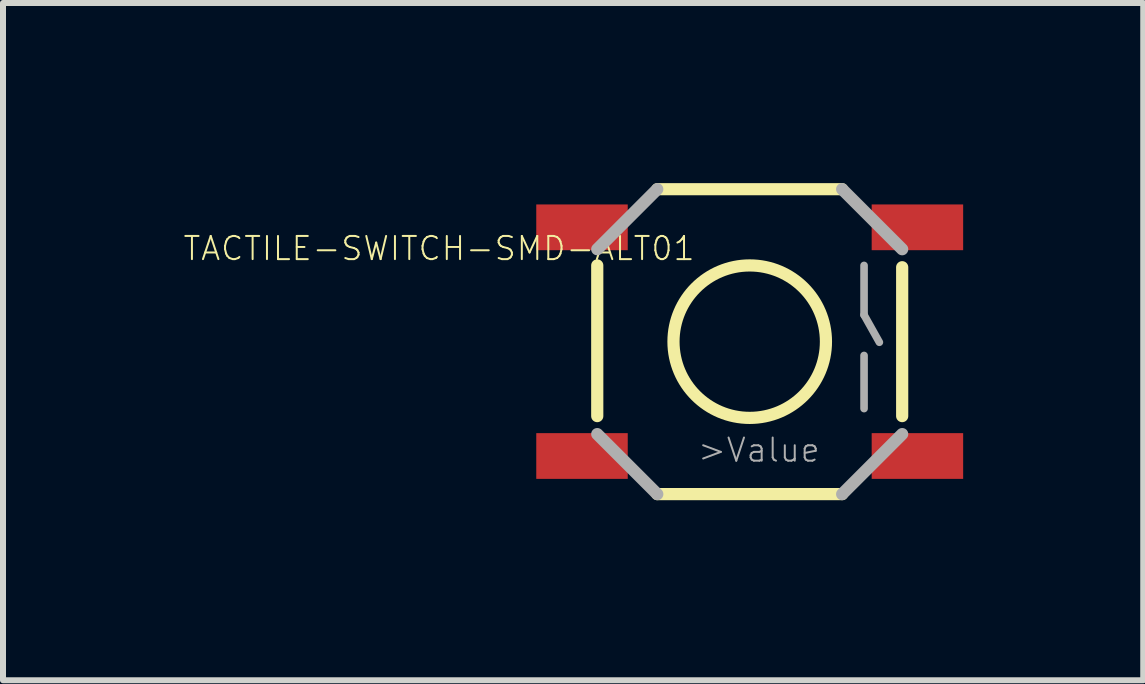
<source format=kicad_pcb>
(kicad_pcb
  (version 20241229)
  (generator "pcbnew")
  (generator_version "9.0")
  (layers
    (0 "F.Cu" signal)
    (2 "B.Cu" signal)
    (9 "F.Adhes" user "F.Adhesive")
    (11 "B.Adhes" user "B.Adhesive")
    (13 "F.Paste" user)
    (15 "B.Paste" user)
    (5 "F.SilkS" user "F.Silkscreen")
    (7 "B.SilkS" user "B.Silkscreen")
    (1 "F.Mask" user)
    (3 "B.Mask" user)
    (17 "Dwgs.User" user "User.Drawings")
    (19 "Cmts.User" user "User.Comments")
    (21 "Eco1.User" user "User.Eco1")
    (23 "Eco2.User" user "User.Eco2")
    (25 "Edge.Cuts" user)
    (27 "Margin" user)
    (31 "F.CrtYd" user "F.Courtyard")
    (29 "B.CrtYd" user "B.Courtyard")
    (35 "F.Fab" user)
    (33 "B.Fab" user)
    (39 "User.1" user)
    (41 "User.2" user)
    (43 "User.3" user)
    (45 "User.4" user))
  (footprint "TACTILE-SWITCH-SMD-ALT01"
    (layer "F.Cu")
    (at 9.44 2.642)
    (property "Reference" "TACTILE-SWITCH-SMD-ALT01" (at -0.889 -1.778 0) (layer "F.SilkS") (effects (font (size 0.386 0.386) (thickness 0.033)) (justify right top)))
    (attr through_hole)
    (fp_line (start -2.54 1.24) (end -2.54 -1.27) (stroke (width 0.203) (type solid)) (layer "F.SilkS"))
    (fp_line (start -1.54 -2.54) (end 1.54 -2.54) (stroke (width 0.203) (type solid)) (layer "F.SilkS"))
    (fp_line (start 1.54 2.54) (end -1.54 2.54) (stroke (width 0.203) (type solid)) (layer "F.SilkS"))
    (fp_line (start 2.54 -1.24) (end 2.54 1.24) (stroke (width 0.203) (type solid)) (layer "F.SilkS"))
    (fp_circle (center 0 0) (end 1.27 0) (stroke (width 0.203) (type solid)) (fill no) (layer "F.SilkS"))
    (fp_line (start -2.54 -1.54) (end -1.54 -2.54) (stroke (width 0.203) (type solid)) (layer "F.Fab"))
    (fp_line (start -1.54 2.54) (end -2.54 1.54) (stroke (width 0.203) (type solid)) (layer "F.Fab"))
    (fp_line (start 1.54 -2.54) (end 2.54 -1.54) (stroke (width 0.203) (type solid)) (layer "F.Fab"))
    (fp_line (start 1.905 -1.27) (end 1.905 -0.445) (stroke (width 0.127) (type solid)) (layer "F.Fab"))
    (fp_line (start 1.905 -0.445) (end 2.16 0.01) (stroke (width 0.127) (type solid)) (layer "F.Fab"))
    (fp_line (start 1.905 0.23) (end 1.905 1.115) (stroke (width 0.127) (type solid)) (layer "F.Fab"))
    (fp_line (start 2.54 1.54) (end 1.54 2.54) (stroke (width 0.203) (type solid)) (layer "F.Fab"))
    (fp_text user ">Value" (at -0.889 2.032 0) (layer "F.Fab") (effects (font (size 0.386 0.386) (thickness 0.033)) (justify left bottom)))
    (pad "1" smd rect (at -2.794 -1.905 90) (size 0.762 1.524) (layers "F.Cu" "F.Mask" "F.Paste"))
    (pad "2" smd rect (at 2.794 -1.905 90) (size 0.762 1.524) (layers "F.Cu" "F.Mask" "F.Paste"))
    (pad "3" smd rect (at -2.794 1.905 90) (size 0.762 1.524) (layers "F.Cu" "F.Mask" "F.Paste"))
    (pad "4" smd rect (at 2.794 1.905 90) (size 0.762 1.524) (layers "F.Cu" "F.Mask" "F.Paste")))
  (gr_rect
    (start -3 -3)
    (end 15.996 8.283)
    (stroke (width 0.1) (type default))
    (fill no)
    (layer "Edge.Cuts")))
</source>
